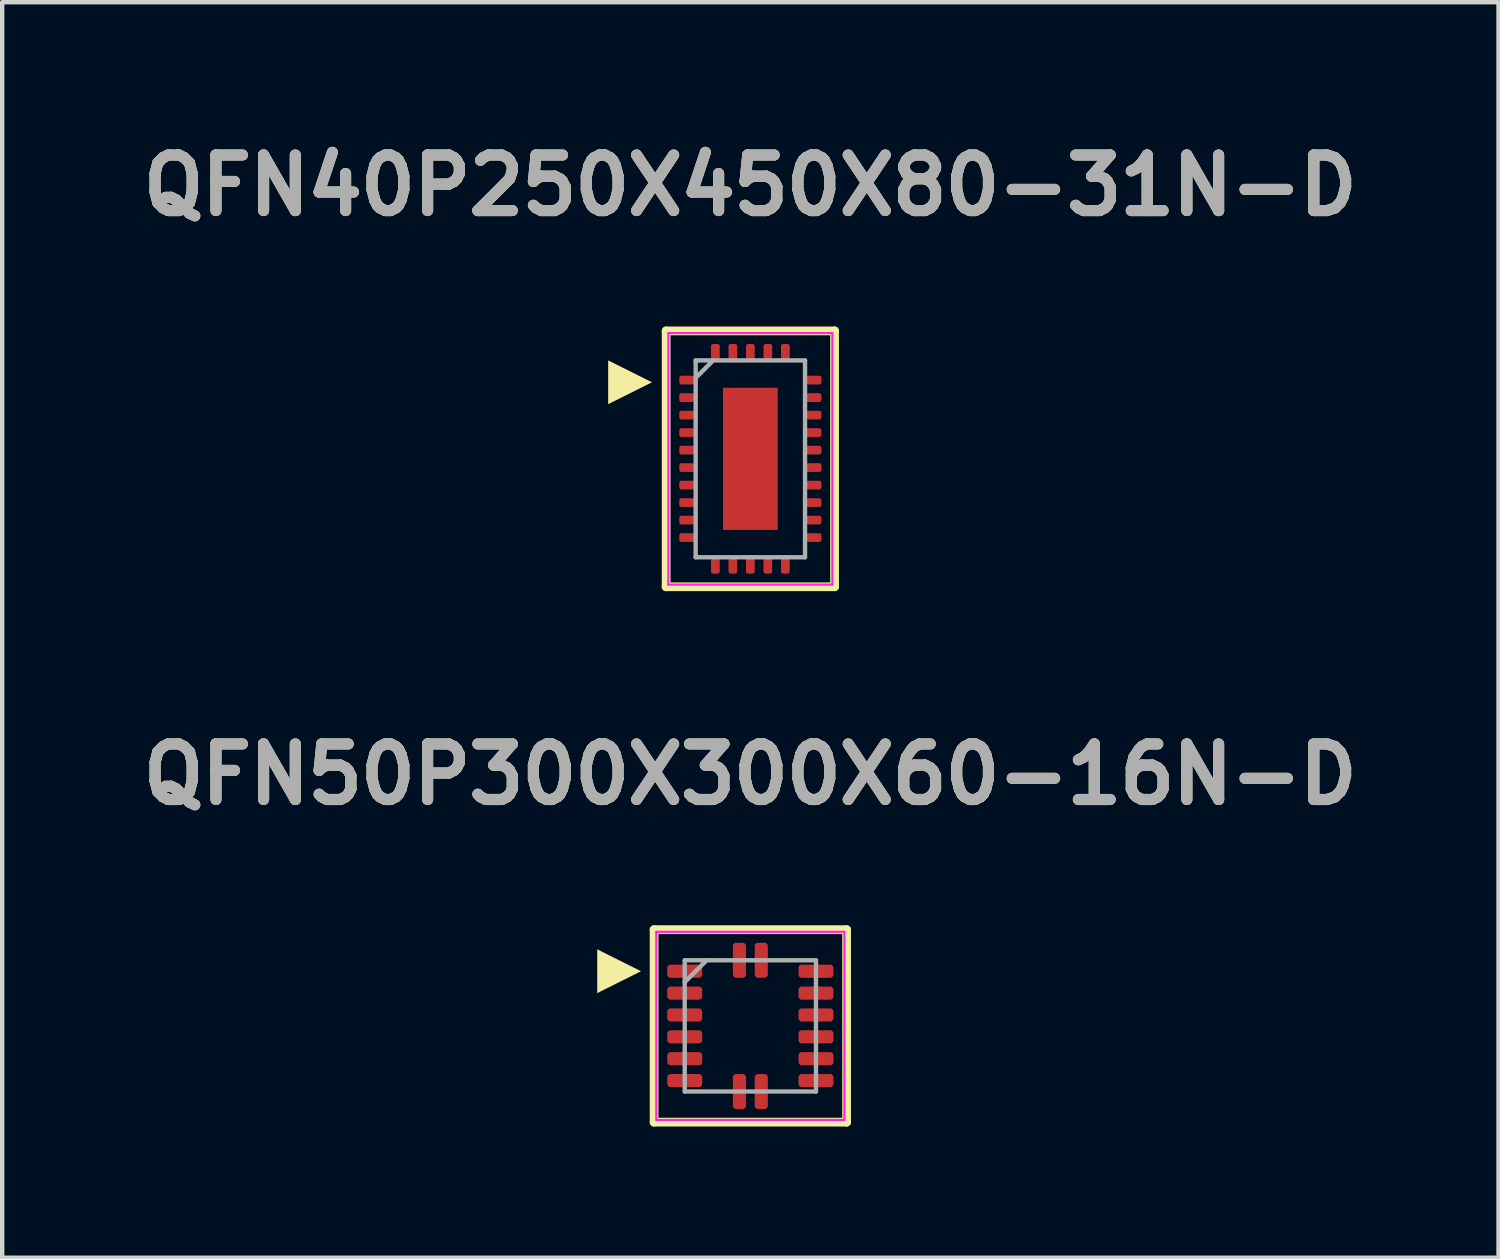
<source format=kicad_pcb>
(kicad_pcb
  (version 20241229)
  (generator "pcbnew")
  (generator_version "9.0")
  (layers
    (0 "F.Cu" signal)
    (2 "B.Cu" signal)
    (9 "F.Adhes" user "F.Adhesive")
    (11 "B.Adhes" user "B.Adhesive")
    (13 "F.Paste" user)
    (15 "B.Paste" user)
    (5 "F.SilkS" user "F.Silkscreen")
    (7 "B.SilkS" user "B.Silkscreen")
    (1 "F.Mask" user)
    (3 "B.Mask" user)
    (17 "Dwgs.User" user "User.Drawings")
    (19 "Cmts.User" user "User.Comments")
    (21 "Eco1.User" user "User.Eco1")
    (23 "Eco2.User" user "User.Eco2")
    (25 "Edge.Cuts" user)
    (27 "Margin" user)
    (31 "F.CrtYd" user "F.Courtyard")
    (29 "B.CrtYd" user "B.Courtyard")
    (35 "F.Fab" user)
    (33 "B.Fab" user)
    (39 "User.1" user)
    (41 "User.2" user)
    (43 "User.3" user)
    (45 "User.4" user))
  (footprint "QFN40P250X450X80-31N-D"
    (layer "F.Cu")
    (at 14.103 7.439)
    (property "Reference" "QFN40P250X450X80-31N-D" (at 0 -6.25 0) (layer "F.SilkS") (effects (font (size 1.27 1.27) (thickness 0.254))))
    (attr smd)
    (fp_line (start -1.925 -2.925) (end 1.925 -2.925) (stroke (width 0.2) (type solid)) (layer "F.SilkS"))
    (fp_line (start -1.925 2.925) (end -1.925 -2.925) (stroke (width 0.2) (type solid)) (layer "F.SilkS"))
    (fp_line (start 1.925 -2.925) (end 1.925 2.925) (stroke (width 0.2) (type solid)) (layer "F.SilkS"))
    (fp_line (start 1.925 2.925) (end -1.925 2.925) (stroke (width 0.2) (type solid)) (layer "F.SilkS"))
    (fp_poly (pts (xy -2.25 -1.75) (xy -3.25 -1.25) (xy -3.25 -2.25)) (stroke (width 0) (type solid)) (fill yes) (layer "F.SilkS"))
    (fp_line (start -1.875 -2.875) (end 1.875 -2.875) (stroke (width 0.05) (type solid)) (layer "F.CrtYd"))
    (fp_line (start -1.875 2.875) (end -1.875 -2.875) (stroke (width 0.05) (type solid)) (layer "F.CrtYd"))
    (fp_line (start 1.875 -2.875) (end 1.875 2.875) (stroke (width 0.05) (type solid)) (layer "F.CrtYd"))
    (fp_line (start 1.875 2.875) (end -1.875 2.875) (stroke (width 0.05) (type solid)) (layer "F.CrtYd"))
    (fp_line (start -1.25 -2.25) (end 1.25 -2.25) (stroke (width 0.1) (type solid)) (layer "F.Fab"))
    (fp_line (start -1.25 -1.85) (end -0.85 -2.25) (stroke (width 0.1) (type solid)) (layer "F.Fab"))
    (fp_line (start -1.25 2.25) (end -1.25 -2.25) (stroke (width 0.1) (type solid)) (layer "F.Fab"))
    (fp_line (start 1.25 -2.25) (end 1.25 2.25) (stroke (width 0.1) (type solid)) (layer "F.Fab"))
    (fp_line (start 1.25 2.25) (end -1.25 2.25) (stroke (width 0.1) (type solid)) (layer "F.Fab"))
    (fp_text user "${REFERENCE}" (at 0 -6.25 0) (layer "F.Fab") (effects (font (size 1.27 1.27) (thickness 0.254))))
    (pad "1" smd roundrect (at -1.45 -1.8 90) (size 0.2 0.35) (layers "F.Cu" "F.Mask" "F.Paste") (roundrect_rratio 0.25))
    (pad "2" smd roundrect (at -1.45 -1.4 90) (size 0.2 0.35) (layers "F.Cu" "F.Mask" "F.Paste") (roundrect_rratio 0.25))
    (pad "3" smd roundrect (at -1.45 -1 90) (size 0.2 0.35) (layers "F.Cu" "F.Mask" "F.Paste") (roundrect_rratio 0.25))
    (pad "4" smd roundrect (at -1.45 -0.6 90) (size 0.2 0.35) (layers "F.Cu" "F.Mask" "F.Paste") (roundrect_rratio 0.25))
    (pad "5" smd roundrect (at -1.45 -0.2 90) (size 0.2 0.35) (layers "F.Cu" "F.Mask" "F.Paste") (roundrect_rratio 0.25))
    (pad "6" smd roundrect (at -1.45 0.2 90) (size 0.2 0.35) (layers "F.Cu" "F.Mask" "F.Paste") (roundrect_rratio 0.25))
    (pad "7" smd roundrect (at -1.45 0.6 90) (size 0.2 0.35) (layers "F.Cu" "F.Mask" "F.Paste") (roundrect_rratio 0.25))
    (pad "8" smd roundrect (at -1.45 1 90) (size 0.2 0.35) (layers "F.Cu" "F.Mask" "F.Paste") (roundrect_rratio 0.25))
    (pad "9" smd roundrect (at -1.45 1.4 90) (size 0.2 0.35) (layers "F.Cu" "F.Mask" "F.Paste") (roundrect_rratio 0.25))
    (pad "10" smd roundrect (at -1.45 1.8 90) (size 0.2 0.35) (layers "F.Cu" "F.Mask" "F.Paste") (roundrect_rratio 0.25))
    (pad "11" smd roundrect (at -0.8 2.45) (size 0.2 0.35) (layers "F.Cu" "F.Mask" "F.Paste") (roundrect_rratio 0.25))
    (pad "12" smd roundrect (at -0.4 2.45) (size 0.2 0.35) (layers "F.Cu" "F.Mask" "F.Paste") (roundrect_rratio 0.25))
    (pad "13" smd roundrect (at 0 2.45) (size 0.2 0.35) (layers "F.Cu" "F.Mask" "F.Paste") (roundrect_rratio 0.25))
    (pad "14" smd roundrect (at 0.4 2.45) (size 0.2 0.35) (layers "F.Cu" "F.Mask" "F.Paste") (roundrect_rratio 0.25))
    (pad "15" smd roundrect (at 0.8 2.45) (size 0.2 0.35) (layers "F.Cu" "F.Mask" "F.Paste") (roundrect_rratio 0.25))
    (pad "16" smd roundrect (at 1.45 1.8 90) (size 0.2 0.35) (layers "F.Cu" "F.Mask" "F.Paste") (roundrect_rratio 0.25))
    (pad "17" smd roundrect (at 1.45 1.4 90) (size 0.2 0.35) (layers "F.Cu" "F.Mask" "F.Paste") (roundrect_rratio 0.25))
    (pad "18" smd roundrect (at 1.45 1 90) (size 0.2 0.35) (layers "F.Cu" "F.Mask" "F.Paste") (roundrect_rratio 0.25))
    (pad "19" smd roundrect (at 1.45 0.6 90) (size 0.2 0.35) (layers "F.Cu" "F.Mask" "F.Paste") (roundrect_rratio 0.25))
    (pad "20" smd roundrect (at 1.45 0.2 90) (size 0.2 0.35) (layers "F.Cu" "F.Mask" "F.Paste") (roundrect_rratio 0.25))
    (pad "21" smd roundrect (at 1.45 -0.2 90) (size 0.2 0.35) (layers "F.Cu" "F.Mask" "F.Paste") (roundrect_rratio 0.25))
    (pad "22" smd roundrect (at 1.45 -0.6 90) (size 0.2 0.35) (layers "F.Cu" "F.Mask" "F.Paste") (roundrect_rratio 0.25))
    (pad "23" smd roundrect (at 1.45 -1 90) (size 0.2 0.35) (layers "F.Cu" "F.Mask" "F.Paste") (roundrect_rratio 0.25))
    (pad "24" smd roundrect (at 1.45 -1.4 90) (size 0.2 0.35) (layers "F.Cu" "F.Mask" "F.Paste") (roundrect_rratio 0.25))
    (pad "25" smd roundrect (at 1.45 -1.8 90) (size 0.2 0.35) (layers "F.Cu" "F.Mask" "F.Paste") (roundrect_rratio 0.25))
    (pad "26" smd roundrect (at 0.8 -2.45) (size 0.2 0.35) (layers "F.Cu" "F.Mask" "F.Paste") (roundrect_rratio 0.25))
    (pad "27" smd roundrect (at 0.4 -2.45) (size 0.2 0.35) (layers "F.Cu" "F.Mask" "F.Paste") (roundrect_rratio 0.25))
    (pad "28" smd roundrect (at 0 -2.45) (size 0.2 0.35) (layers "F.Cu" "F.Mask" "F.Paste") (roundrect_rratio 0.25))
    (pad "29" smd roundrect (at -0.4 -2.45) (size 0.2 0.35) (layers "F.Cu" "F.Mask" "F.Paste") (roundrect_rratio 0.25))
    (pad "30" smd roundrect (at -0.8 -2.45) (size 0.2 0.35) (layers "F.Cu" "F.Mask" "F.Paste") (roundrect_rratio 0.25))
    (pad "31" smd rect (at 0 0) (size 1.25 3.25) (layers "F.Cu" "F.Mask" "F.Paste")))
  (footprint "QFN50P300X300X60-16N-D"
    (layer "F.Cu")
    (at 14.103 20.402)
    (property "Reference" "QFN50P300X300X60-16N-D" (at 0 -5.75 0) (layer "F.SilkS") (effects (font (size 1.27 1.27) (thickness 0.254))))
    (attr smd)
    (fp_line (start -2.2 -2.2) (end 2.2 -2.2) (stroke (width 0.2) (type solid)) (layer "F.SilkS"))
    (fp_line (start -2.2 2.2) (end -2.2 -2.2) (stroke (width 0.2) (type solid)) (layer "F.SilkS"))
    (fp_line (start -2.2 2.2) (end 2.2 2.2) (stroke (width 0.2) (type solid)) (layer "F.SilkS"))
    (fp_line (start 2.2 2.2) (end 2.2 -2.2) (stroke (width 0.2) (type solid)) (layer "F.SilkS"))
    (fp_poly (pts (xy -2.5 -1.25) (xy -3.5 -0.75) (xy -3.5 -1.75)) (stroke (width 0) (type solid)) (fill yes) (layer "F.SilkS"))
    (fp_line (start -2.15 -2.15) (end 2.15 -2.15) (stroke (width 0.05) (type solid)) (layer "F.CrtYd"))
    (fp_line (start -2.15 2.15) (end -2.15 -2.15) (stroke (width 0.05) (type solid)) (layer "F.CrtYd"))
    (fp_line (start 2.15 -2.15) (end 2.15 2.15) (stroke (width 0.05) (type solid)) (layer "F.CrtYd"))
    (fp_line (start 2.15 2.15) (end -2.15 2.15) (stroke (width 0.05) (type solid)) (layer "F.CrtYd"))
    (fp_line (start -1.5 -1.5) (end 1.5 -1.5) (stroke (width 0.1) (type solid)) (layer "F.Fab"))
    (fp_line (start -1.5 -1) (end -1 -1.5) (stroke (width 0.1) (type solid)) (layer "F.Fab"))
    (fp_line (start -1.5 1.5) (end -1.5 -1.5) (stroke (width 0.1) (type solid)) (layer "F.Fab"))
    (fp_line (start 1.5 -1.5) (end 1.5 1.5) (stroke (width 0.1) (type solid)) (layer "F.Fab"))
    (fp_line (start 1.5 1.5) (end -1.5 1.5) (stroke (width 0.1) (type solid)) (layer "F.Fab"))
    (fp_text user "${REFERENCE}" (at 0 -5.75 0) (layer "F.Fab") (effects (font (size 1.27 1.27) (thickness 0.254))))
    (pad "1" smd roundrect (at -1.5 -1.25 90) (size 0.3 0.8) (layers "F.Cu" "F.Mask" "F.Paste") (roundrect_rratio 0.25))
    (pad "2" smd roundrect (at -1.5 -0.75 90) (size 0.3 0.8) (layers "F.Cu" "F.Mask" "F.Paste") (roundrect_rratio 0.25))
    (pad "3" smd roundrect (at -1.5 -0.25 90) (size 0.3 0.8) (layers "F.Cu" "F.Mask" "F.Paste") (roundrect_rratio 0.25))
    (pad "4" smd roundrect (at -1.5 0.25 90) (size 0.3 0.8) (layers "F.Cu" "F.Mask" "F.Paste") (roundrect_rratio 0.25))
    (pad "5" smd roundrect (at -1.5 0.75 90) (size 0.3 0.8) (layers "F.Cu" "F.Mask" "F.Paste") (roundrect_rratio 0.25))
    (pad "6" smd roundrect (at -1.5 1.25 90) (size 0.3 0.8) (layers "F.Cu" "F.Mask" "F.Paste") (roundrect_rratio 0.25))
    (pad "7" smd roundrect (at -0.25 1.5) (size 0.3 0.8) (layers "F.Cu" "F.Mask" "F.Paste") (roundrect_rratio 0.25))
    (pad "8" smd roundrect (at 0.25 1.5) (size 0.3 0.8) (layers "F.Cu" "F.Mask" "F.Paste") (roundrect_rratio 0.25))
    (pad "9" smd roundrect (at 1.5 1.25 90) (size 0.3 0.8) (layers "F.Cu" "F.Mask" "F.Paste") (roundrect_rratio 0.25))
    (pad "10" smd roundrect (at 1.5 0.75 90) (size 0.3 0.8) (layers "F.Cu" "F.Mask" "F.Paste") (roundrect_rratio 0.25))
    (pad "11" smd roundrect (at 1.5 0.25 90) (size 0.3 0.8) (layers "F.Cu" "F.Mask" "F.Paste") (roundrect_rratio 0.25))
    (pad "12" smd roundrect (at 1.5 -0.25 90) (size 0.3 0.8) (layers "F.Cu" "F.Mask" "F.Paste") (roundrect_rratio 0.25))
    (pad "13" smd roundrect (at 1.5 -0.75 90) (size 0.3 0.8) (layers "F.Cu" "F.Mask" "F.Paste") (roundrect_rratio 0.25))
    (pad "14" smd roundrect (at 1.5 -1.25 90) (size 0.3 0.8) (layers "F.Cu" "F.Mask" "F.Paste") (roundrect_rratio 0.25))
    (pad "15" smd roundrect (at 0.25 -1.5) (size 0.3 0.8) (layers "F.Cu" "F.Mask" "F.Paste") (roundrect_rratio 0.25))
    (pad "16" smd roundrect (at -0.25 -1.5) (size 0.3 0.8) (layers "F.Cu" "F.Mask" "F.Paste") (roundrect_rratio 0.25)))
  (gr_rect
    (start -3 -3)
    (end 31.206 25.702)
    (stroke (width 0.1) (type default))
    (fill no)
    (layer "Edge.Cuts")))
</source>
